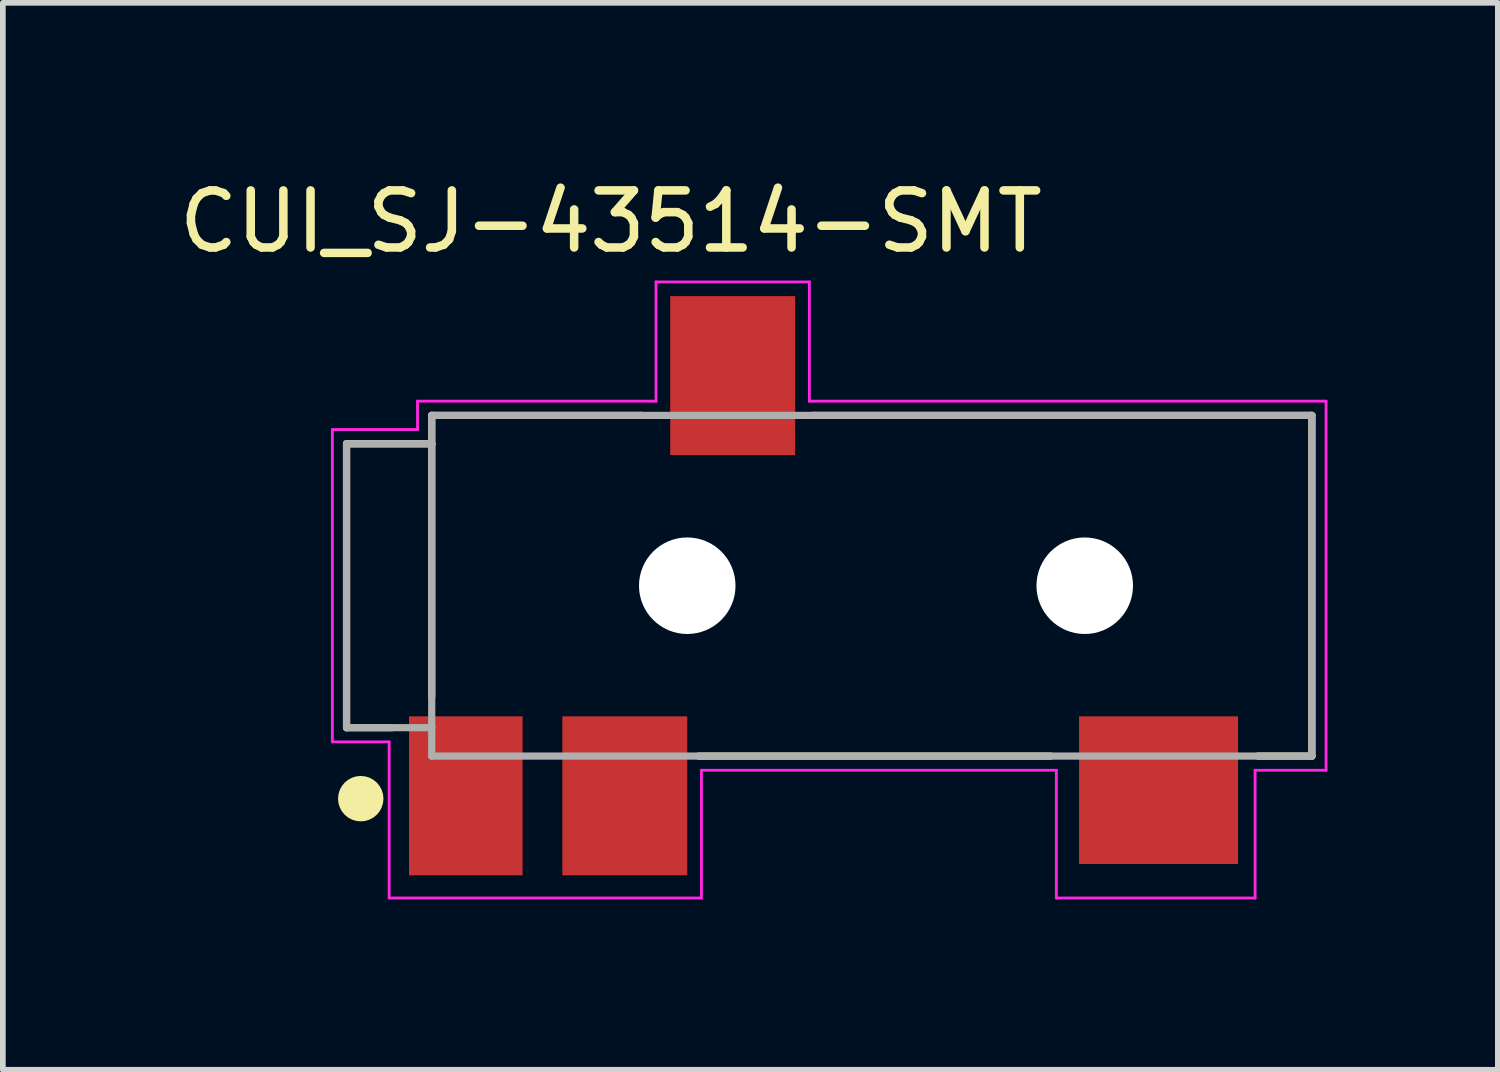
<source format=kicad_pcb>
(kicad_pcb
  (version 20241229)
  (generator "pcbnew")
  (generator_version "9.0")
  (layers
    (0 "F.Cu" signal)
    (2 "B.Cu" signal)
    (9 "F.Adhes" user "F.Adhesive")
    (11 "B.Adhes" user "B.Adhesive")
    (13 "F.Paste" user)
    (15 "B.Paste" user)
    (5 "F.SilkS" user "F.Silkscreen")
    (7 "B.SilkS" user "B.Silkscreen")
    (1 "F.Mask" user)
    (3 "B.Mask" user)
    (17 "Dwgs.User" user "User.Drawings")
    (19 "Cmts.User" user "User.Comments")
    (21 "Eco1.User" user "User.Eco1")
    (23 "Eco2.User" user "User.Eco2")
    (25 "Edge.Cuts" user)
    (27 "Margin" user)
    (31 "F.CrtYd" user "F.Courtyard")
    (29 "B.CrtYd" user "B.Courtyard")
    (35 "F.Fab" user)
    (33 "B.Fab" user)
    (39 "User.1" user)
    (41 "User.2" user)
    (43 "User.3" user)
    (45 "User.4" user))
  (footprint "CUI_SJ-43514-SMT"
    (layer "F.Cu")
    (at 12.303 7.265)
    (property "Reference" "CUI_SJ-43514-SMT" (at -4.596 -6.414 0) (layer "F.SilkS") (effects (font (size 1.005 1.005) (thickness 0.15))))
    (attr smd)
    (fp_line (start -9.25 -2.5) (end -9.25 2.5) (stroke (width 0.127) (type solid)) (layer "F.SilkS"))
    (fp_line (start -9.25 2.5) (end -8.45 2.5) (stroke (width 0.127) (type solid)) (layer "F.SilkS"))
    (fp_line (start -7.75 -3) (end -7.75 -2.5) (stroke (width 0.127) (type solid)) (layer "F.SilkS"))
    (fp_line (start -7.75 -2.5) (end -9.25 -2.5) (stroke (width 0.127) (type solid)) (layer "F.SilkS"))
    (fp_line (start -7.75 -2.5) (end -7.75 1.95) (stroke (width 0.127) (type solid)) (layer "F.SilkS"))
    (fp_line (start -4.05 -3) (end -7.75 -3) (stroke (width 0.127) (type solid)) (layer "F.SilkS"))
    (fp_line (start -3.05 3) (end 3.15 3) (stroke (width 0.127) (type solid)) (layer "F.SilkS"))
    (fp_line (start 6.8 3) (end 7.75 3) (stroke (width 0.127) (type solid)) (layer "F.SilkS"))
    (fp_line (start 7.75 -3) (end -1.05 -3) (stroke (width 0.127) (type solid)) (layer "F.SilkS"))
    (fp_line (start 7.75 -3) (end 7.75 3) (stroke (width 0.127) (type solid)) (layer "F.SilkS"))
    (fp_circle (center -9 3.75) (end -8.8 3.75) (stroke (width 0.4) (type solid)) (fill no) (layer "F.SilkS"))
    (fp_line (start -9.5 -2.75) (end -8 -2.75) (stroke (width 0.05) (type solid)) (layer "F.CrtYd"))
    (fp_line (start -9.5 2.75) (end -9.5 -2.75) (stroke (width 0.05) (type solid)) (layer "F.CrtYd"))
    (fp_line (start -8.5 2.75) (end -9.5 2.75) (stroke (width 0.05) (type solid)) (layer "F.CrtYd"))
    (fp_line (start -8.5 5.5) (end -8.5 2.75) (stroke (width 0.05) (type solid)) (layer "F.CrtYd"))
    (fp_line (start -8 -3.25) (end -3.8 -3.25) (stroke (width 0.05) (type solid)) (layer "F.CrtYd"))
    (fp_line (start -8 -2.75) (end -8 -3.25) (stroke (width 0.05) (type solid)) (layer "F.CrtYd"))
    (fp_line (start -3.8 -5.35) (end -1.1 -5.35) (stroke (width 0.05) (type solid)) (layer "F.CrtYd"))
    (fp_line (start -3.8 -3.25) (end -3.8 -5.35) (stroke (width 0.05) (type solid)) (layer "F.CrtYd"))
    (fp_line (start -3 3.25) (end -3 5.5) (stroke (width 0.05) (type solid)) (layer "F.CrtYd"))
    (fp_line (start -3 5.5) (end -8.5 5.5) (stroke (width 0.05) (type solid)) (layer "F.CrtYd"))
    (fp_line (start -1.1 -5.35) (end -1.1 -3.25) (stroke (width 0.05) (type solid)) (layer "F.CrtYd"))
    (fp_line (start -1.1 -3.25) (end 8 -3.25) (stroke (width 0.05) (type solid)) (layer "F.CrtYd"))
    (fp_line (start 3.25 3.25) (end -3 3.25) (stroke (width 0.05) (type solid)) (layer "F.CrtYd"))
    (fp_line (start 3.25 5.5) (end 3.25 3.25) (stroke (width 0.05) (type solid)) (layer "F.CrtYd"))
    (fp_line (start 6.75 3.25) (end 6.75 5.5) (stroke (width 0.05) (type solid)) (layer "F.CrtYd"))
    (fp_line (start 6.75 5.5) (end 3.25 5.5) (stroke (width 0.05) (type solid)) (layer "F.CrtYd"))
    (fp_line (start 8 -3.25) (end 8 3.25) (stroke (width 0.05) (type solid)) (layer "F.CrtYd"))
    (fp_line (start 8 3.25) (end 6.75 3.25) (stroke (width 0.05) (type solid)) (layer "F.CrtYd"))
    (fp_line (start -9.25 -2.5) (end -9.25 2.5) (stroke (width 0.127) (type solid)) (layer "F.Fab"))
    (fp_line (start -9.25 2.5) (end -7.75 2.5) (stroke (width 0.127) (type solid)) (layer "F.Fab"))
    (fp_line (start -7.75 -3) (end -7.75 -2.5) (stroke (width 0.127) (type solid)) (layer "F.Fab"))
    (fp_line (start -7.75 -2.5) (end -9.25 -2.5) (stroke (width 0.127) (type solid)) (layer "F.Fab"))
    (fp_line (start -7.75 -2.5) (end -7.75 2.5) (stroke (width 0.127) (type solid)) (layer "F.Fab"))
    (fp_line (start -7.75 2.5) (end -7.75 3) (stroke (width 0.127) (type solid)) (layer "F.Fab"))
    (fp_line (start -7.75 3) (end 7.75 3) (stroke (width 0.127) (type solid)) (layer "F.Fab"))
    (fp_line (start 7.75 -3) (end -7.75 -3) (stroke (width 0.127) (type solid)) (layer "F.Fab"))
    (fp_line (start 7.75 3) (end 7.75 -3) (stroke (width 0.127) (type solid)) (layer "F.Fab"))
    (pad "" np_thru_hole circle (at -3.25 0) (size 1.7 1.7) (drill 1.7) (layers "*.Cu" "*.Mask"))
    (pad "" np_thru_hole circle (at 3.75 0) (size 1.7 1.7) (drill 1.7) (layers "*.Cu" "*.Mask"))
    (pad "1" smd rect (at -7.15 3.7 180) (size 2 2.8) (layers "F.Cu" "F.Mask" "F.Paste"))
    (pad "2" smd rect (at 5.05 3.6 180) (size 2.8 2.6) (layers "F.Cu" "F.Mask" "F.Paste"))
    (pad "3" smd rect (at -2.45 -3.7 180) (size 2.2 2.8) (layers "F.Cu" "F.Mask" "F.Paste"))
    (pad "4" smd rect (at -4.35 3.7 180) (size 2.2 2.8) (layers "F.Cu" "F.Mask" "F.Paste")))
  (gr_rect
    (start -3 -3)
    (end 23.328 15.79)
    (stroke (width 0.1) (type default))
    (fill no)
    (layer "Edge.Cuts")))
</source>
